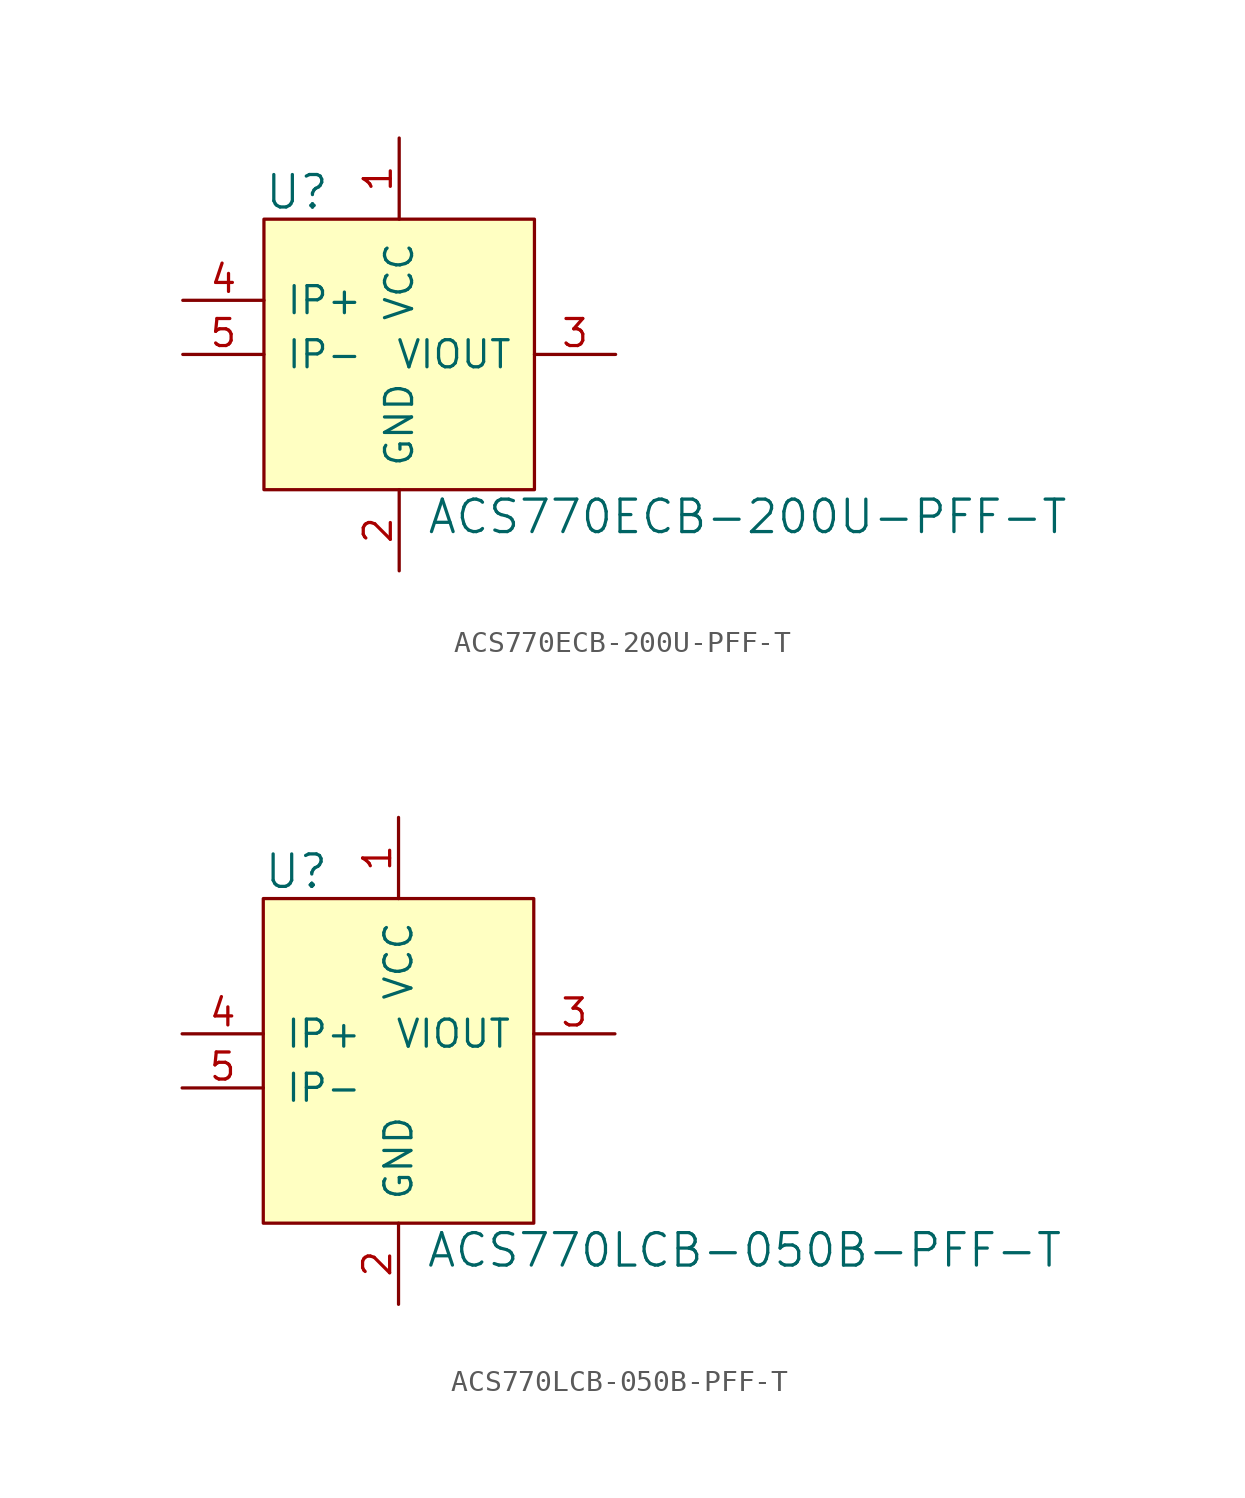
<source format=kicad_sym>
(kicad_symbol_lib
  (version 20211014)
  (generator kicad_symbol_editor)
  (symbol "ACS770ECB-200U-PFF-T"
    (pin_names
      (offset 1.016))
    (property "Reference" "U"
      (at -6.35 7.62 0)
      (effects (font (size 1.524 1.524)) (justify left)))
    (property "Value" "ACS770ECB-200U-PFF-T"
      (at 1.27 -7.62 0)
      (effects (font (size 1.524 1.524)) (justify left)))
    (symbol "ACS770ECB-200U-PFF-T_1_1"
      (rectangle (start -6.35 6.35) (end 6.35 -6.35) (stroke (width 0) (type default) (color 0 0 0 0)) (fill (type background)))
      (pin power_in line (at 0 10.16 270) (length 3.81) (name "VCC" (effects (font (size 1.27 1.27)))) (number "1" (effects (font (size 1.27 1.27)))))
      (pin power_in line (at 0 -10.16 90) (length 3.81) (name "GND" (effects (font (size 1.27 1.27)))) (number "2" (effects (font (size 1.27 1.27)))))
      (pin output line (at 10.16 0 180) (length 3.81) (name "VIOUT" (effects (font (size 1.27 1.27)))) (number "3" (effects (font (size 1.27 1.27)))))
      (pin input line (at -10.16 2.54 0) (length 3.81) (name "IP+" (effects (font (size 1.27 1.27)))) (number "4" (effects (font (size 1.27 1.27)))))
      (pin input line (at -10.16 0 0) (length 3.81) (name "IP-" (effects (font (size 1.27 1.27)))) (number "5" (effects (font (size 1.27 1.27)))))))
  (symbol "ACS770LCB-050B-PFF-T"
    (pin_names
      (offset 1.016))
    (property "Reference" "U"
      (at -6.35 7.62 0)
      (effects (font (size 1.524 1.524)) (justify left)))
    (property "Value" "ACS770LCB-050B-PFF-T"
      (at 1.27 -10.16 0)
      (effects (font (size 1.524 1.524)) (justify left)))
    (symbol "ACS770LCB-050B-PFF-T_1_1"
      (rectangle (start -6.35 6.35) (end 6.35 -8.89) (stroke (width 0) (type default) (color 0 0 0 0)) (fill (type background)))
      (pin power_in line (at 0 10.16 270) (length 3.81) (name "VCC" (effects (font (size 1.27 1.27)))) (number "1" (effects (font (size 1.27 1.27)))))
      (pin power_in line (at 0 -12.7 90) (length 3.81) (name "GND" (effects (font (size 1.27 1.27)))) (number "2" (effects (font (size 1.27 1.27)))))
      (pin output line (at 10.16 0 180) (length 3.81) (name "VIOUT" (effects (font (size 1.27 1.27)))) (number "3" (effects (font (size 1.27 1.27)))))
      (pin input line (at -10.16 0 0) (length 3.81) (name "IP+" (effects (font (size 1.27 1.27)))) (number "4" (effects (font (size 1.27 1.27)))))
      (pin input line (at -10.16 -2.54 0) (length 3.81) (name "IP-" (effects (font (size 1.27 1.27)))) (number "5" (effects (font (size 1.27 1.27))))))))
</source>
